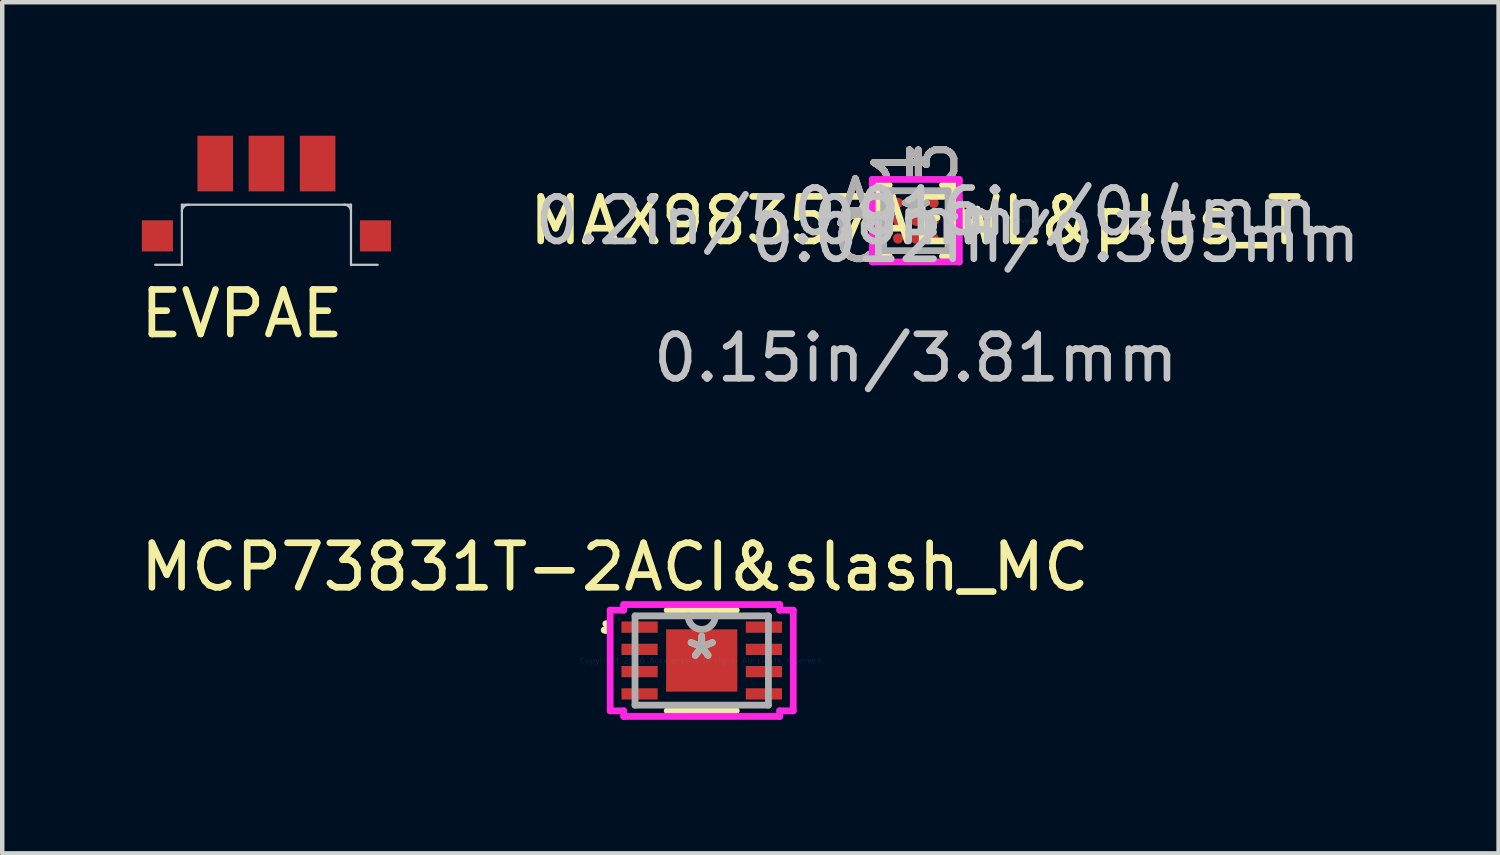
<source format=kicad_pcb>
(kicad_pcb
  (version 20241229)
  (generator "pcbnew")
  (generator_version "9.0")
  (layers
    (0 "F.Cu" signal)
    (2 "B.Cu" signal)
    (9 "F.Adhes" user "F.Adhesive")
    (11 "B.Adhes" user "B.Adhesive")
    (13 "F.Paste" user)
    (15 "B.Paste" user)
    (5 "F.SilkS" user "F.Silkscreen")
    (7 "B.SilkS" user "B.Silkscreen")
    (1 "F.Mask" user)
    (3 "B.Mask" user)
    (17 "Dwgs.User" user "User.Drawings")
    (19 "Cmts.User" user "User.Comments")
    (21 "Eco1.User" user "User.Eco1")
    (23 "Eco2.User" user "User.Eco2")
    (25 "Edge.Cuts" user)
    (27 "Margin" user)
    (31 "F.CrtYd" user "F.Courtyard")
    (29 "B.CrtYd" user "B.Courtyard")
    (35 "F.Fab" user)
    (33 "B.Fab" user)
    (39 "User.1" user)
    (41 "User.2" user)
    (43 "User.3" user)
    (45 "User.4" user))
  (footprint "MCP73831T-2ACI&slash_MC"
    (layer "F.Cu")
    (at 12.718 11.792)
    (property "Reference" "MCP73831T-2ACI&slash_MC" (at -1.95 -2.1 0) (layer "F.SilkS") (effects (font (size 1 1) (thickness 0.15))))
    (attr through_hole)
    (fp_line (start -0.775 1.13) (end 0.775 1.13) (stroke (width 0.152) (type solid)) (layer "F.SilkS"))
    (fp_line (start 0.775 -1.13) (end -0.775 -1.13) (stroke (width 0.152) (type solid)) (layer "F.SilkS"))
    (fp_arc (start -2.155 -0.8262) (mid -2.081171 -0.73114) (end -2.191546 -0.683136) (stroke (width 0.1524) (type solid)) (layer "F.SilkS"))
    (fp_line (start -2.057 -1.131) (end -1.753 -1.131) (stroke (width 0.152) (type solid)) (layer "F.CrtYd"))
    (fp_line (start -2.057 1.131) (end -2.057 -1.131) (stroke (width 0.152) (type solid)) (layer "F.CrtYd"))
    (fp_line (start -1.753 -1.257) (end 1.753 -1.257) (stroke (width 0.152) (type solid)) (layer "F.CrtYd"))
    (fp_line (start -1.753 -1.131) (end -1.753 -1.257) (stroke (width 0.152) (type solid)) (layer "F.CrtYd"))
    (fp_line (start -1.753 1.131) (end -2.057 1.131) (stroke (width 0.152) (type solid)) (layer "F.CrtYd"))
    (fp_line (start -1.753 1.257) (end -1.753 1.131) (stroke (width 0.152) (type solid)) (layer "F.CrtYd"))
    (fp_line (start 1.753 -1.257) (end 1.753 -1.131) (stroke (width 0.152) (type solid)) (layer "F.CrtYd"))
    (fp_line (start 1.753 -1.131) (end 2.057 -1.131) (stroke (width 0.152) (type solid)) (layer "F.CrtYd"))
    (fp_line (start 1.753 1.131) (end 1.753 1.257) (stroke (width 0.152) (type solid)) (layer "F.CrtYd"))
    (fp_line (start 1.753 1.257) (end -1.753 1.257) (stroke (width 0.152) (type solid)) (layer "F.CrtYd"))
    (fp_line (start 2.057 -1.131) (end 2.057 1.131) (stroke (width 0.152) (type solid)) (layer "F.CrtYd"))
    (fp_line (start 2.057 1.131) (end 1.753 1.131) (stroke (width 0.152) (type solid)) (layer "F.CrtYd"))
    (fp_line (start -1.499 -1.003) (end -1.499 1.003) (stroke (width 0.152) (type solid)) (layer "F.Fab"))
    (fp_line (start -1.499 1.003) (end 1.499 1.003) (stroke (width 0.152) (type solid)) (layer "F.Fab"))
    (fp_line (start 1.499 -1.003) (end -1.499 -1.003) (stroke (width 0.152) (type solid)) (layer "F.Fab"))
    (fp_line (start 1.499 1.003) (end 1.499 -1.003) (stroke (width 0.152) (type solid)) (layer "F.Fab"))
    (fp_arc (start 0.3048 -1.0033) (mid 0 -0.6985) (end -0.3048 -1.0033) (stroke (width 0.1524) (type solid)) (layer "F.Fab"))
    (fp_text user "*" (at 0 0 0) (layer "F.SilkS") (effects (font (size 1 1) (thickness 0.15))))
    (fp_text user "Copyright 2016 Accelerated Designs. All rights reserved." (at 0 0 0) (layer "Cmts.User") (effects (font (size 0.127 0.127) (thickness 0.002))))
    (fp_text user "*" (at 0 0 0) (layer "F.Fab") (effects (font (size 1 1) (thickness 0.15))))
    (pad "1" smd rect (at -1.397 -0.75) (size 0.813 0.254) (layers "F.Cu" "F.Mask" "F.Paste"))
    (pad "2" smd rect (at -1.397 -0.25) (size 0.813 0.254) (layers "F.Cu" "F.Mask" "F.Paste"))
    (pad "3" smd rect (at -1.397 0.25) (size 0.813 0.254) (layers "F.Cu" "F.Mask" "F.Paste"))
    (pad "4" smd rect (at -1.397 0.75) (size 0.813 0.254) (layers "F.Cu" "F.Mask" "F.Paste"))
    (pad "5" smd rect (at 1.397 0.75) (size 0.813 0.254) (layers "F.Cu" "F.Mask" "F.Paste"))
    (pad "6" smd rect (at 1.397 0.25) (size 0.813 0.254) (layers "F.Cu" "F.Mask" "F.Paste"))
    (pad "7" smd rect (at 1.397 -0.25) (size 0.813 0.254) (layers "F.Cu" "F.Mask" "F.Paste"))
    (pad "8" smd rect (at 1.397 -0.75) (size 0.813 0.254) (layers "F.Cu" "F.Mask" "F.Paste"))
    (pad "9" smd rect (at 0 0) (size 1.6 1.4) (layers "F.Cu" "F.Mask" "F.Paste")))
  (footprint "MAX98357AEWL&plus_T"
    (layer "F.Cu")
    (at 17.529 1.909)
    (property "Reference" "MAX98357AEWL&plus_T" (at 0 0 0) (layer "F.SilkS") (effects (font (size 1 1) (thickness 0.15))))
    (attr through_hole)
    (fp_line (start -0.851 -0.8) (end -0.851 0.8) (stroke (width 0.152) (type solid)) (layer "F.SilkS"))
    (fp_line (start -0.851 0.8) (end -0.599 0.8) (stroke (width 0.152) (type solid)) (layer "F.SilkS"))
    (fp_line (start -0.599 -0.8) (end -0.851 -0.8) (stroke (width 0.152) (type solid)) (layer "F.SilkS"))
    (fp_line (start 0.599 0.8) (end 0.851 0.8) (stroke (width 0.152) (type solid)) (layer "F.SilkS"))
    (fp_line (start 0.851 -0.8) (end 0.599 -0.8) (stroke (width 0.152) (type solid)) (layer "F.SilkS"))
    (fp_line (start 0.851 0.8) (end 0.851 -0.8) (stroke (width 0.152) (type solid)) (layer "F.SilkS"))
    (fp_line (start -0.978 -0.927) (end 0.978 -0.927) (stroke (width 0.152) (type solid)) (layer "F.CrtYd"))
    (fp_line (start -0.978 0.927) (end -0.978 -0.927) (stroke (width 0.152) (type solid)) (layer "F.CrtYd"))
    (fp_line (start 0.978 -0.927) (end 0.978 0.927) (stroke (width 0.152) (type solid)) (layer "F.CrtYd"))
    (fp_line (start 0.978 0.927) (end -0.978 0.927) (stroke (width 0.152) (type solid)) (layer "F.CrtYd"))
    (fp_line (start -0.724 -0.673) (end -0.724 0.673) (stroke (width 0.152) (type solid)) (layer "F.Fab"))
    (fp_line (start -0.724 0.673) (end 0.724 0.673) (stroke (width 0.152) (type solid)) (layer "F.Fab"))
    (fp_line (start -0.524 -0.673) (end -0.724 -0.473) (stroke (width 0.152) (type solid)) (layer "F.Fab"))
    (fp_line (start 0.724 -0.673) (end -0.724 -0.673) (stroke (width 0.152) (type solid)) (layer "F.Fab"))
    (fp_line (start 0.724 0.673) (end 0.724 -0.673) (stroke (width 0.152) (type solid)) (layer "F.Fab"))
    (fp_text user "1" (at -0.4 -1.308 90) (layer "F.SilkS") (effects (font (size 1 1) (thickness 0.15))))
    (fp_text user "C" (at -1.359 0.4 0) (layer "F.SilkS") (effects (font (size 1 1) (thickness 0.15))))
    (fp_text user "3" (at 0.4 -1.308 90) (layer "F.SilkS") (effects (font (size 1 1) (thickness 0.15))))
    (fp_text user "A" (at -1.359 -0.4 0) (layer "F.SilkS") (effects (font (size 1 1) (thickness 0.15))))
    (fp_text user "*" (at 0 0 0) (layer "F.SilkS") (effects (font (size 1 1) (thickness 0.15))))
    (fp_text user "3" (at 0.4 -1.308 90) (layer "B.SilkS") (effects (font (size 1 1) (thickness 0.15))))
    (fp_text user "1" (at -0.4 -1.308 90) (layer "B.SilkS") (effects (font (size 1 1) (thickness 0.15))))
    (fp_text user "A" (at -1.359 -0.4 0) (layer "B.SilkS") (effects (font (size 1 1) (thickness 0.15))))
    (fp_text user "C" (at -1.359 0.4 0) (layer "B.SilkS") (effects (font (size 1 1) (thickness 0.15))))
    (fp_text user "0.2in/5.08mm" (at -3.137 0 0) (layer "Dwgs.User") (effects (font (size 1 1) (thickness 0.15))))
    (fp_text user "0.15in/3.81mm" (at 0 3.086 0) (layer "Dwgs.User") (effects (font (size 1 1) (thickness 0.15))))
    (fp_text user "0.012in/0.305mm" (at 3.137 0.4 0) (layer "Dwgs.User") (effects (font (size 1 1) (thickness 0.15))))
    (fp_text user "0.016in/0.4mm" (at 3.137 -0.2 0) (layer "Dwgs.User") (effects (font (size 1 1) (thickness 0.15))))
    (fp_text user "Copyright 2016 Accelerated Designs. All rights reserved." (at 0 0 0) (layer "Cmts.User") (effects (font (size 0.127 0.127) (thickness 0.002))))
    (fp_text user "*" (at 0 0 0) (layer "F.Fab") (effects (font (size 1 1) (thickness 0.15))))
    (fp_text user "1" (at -0.4 -1.308 90) (layer "F.Fab") (effects (font (size 1 1) (thickness 0.15))))
    (fp_text user "3" (at 0.4 -1.308 90) (layer "F.Fab") (effects (font (size 1 1) (thickness 0.15))))
    (fp_text user "C" (at -1.359 0.4 0) (layer "F.Fab") (effects (font (size 1 1) (thickness 0.15))))
    (fp_text user "A" (at -1.359 -0.4 0) (layer "F.Fab") (effects (font (size 1 1) (thickness 0.15))))
    (pad "A1" smd circle (at -0.4 -0.4) (size 0.229 0.229) (layers "F.Cu" "F.Mask" "F.Paste"))
    (pad "A2" smd circle (at 0 -0.4) (size 0.229 0.229) (layers "F.Cu" "F.Mask" "F.Paste"))
    (pad "A3" smd circle (at 0.4 -0.4) (size 0.229 0.229) (layers "F.Cu" "F.Mask" "F.Paste"))
    (pad "B1" smd circle (at -0.4 0) (size 0.229 0.229) (layers "F.Cu" "F.Mask" "F.Paste"))
    (pad "B2" smd circle (at 0 0) (size 0.229 0.229) (layers "F.Cu" "F.Mask" "F.Paste"))
    (pad "B3" smd circle (at 0.4 0) (size 0.229 0.229) (layers "F.Cu" "F.Mask" "F.Paste"))
    (pad "C1" smd circle (at -0.4 0.4) (size 0.229 0.229) (layers "F.Cu" "F.Mask" "F.Paste"))
    (pad "C2" smd circle (at 0 0.4) (size 0.229 0.229) (layers "F.Cu" "F.Mask" "F.Paste"))
    (pad "C3" smd circle (at 0.4 0.4) (size 0.229 0.229) (layers "F.Cu" "F.Mask" "F.Paste")))
  (footprint "EVPAE"
    (layer "F.Cu")
    (at 2.937 1.55)
    (property "Reference" "EVPAE" (at -0.55 2.45 0) (layer "F.SilkS") (effects (font (size 1 1) (thickness 0.15))))
    (attr through_hole)
    (fp_line (start -2.5 1.35) (end -1.9 1.35) (stroke (width 0.05) (type solid)) (layer "Dwgs.User"))
    (fp_line (start -1.9 0) (end -1.9 1.35) (stroke (width 0.05) (type solid)) (layer "Dwgs.User"))
    (fp_line (start -1.9 0) (end 1.9 0) (stroke (width 0.05) (type solid)) (layer "Dwgs.User"))
    (fp_line (start 1.9 0) (end 1.9 1.35) (stroke (width 0.05) (type solid)) (layer "Dwgs.User"))
    (fp_line (start 1.9 1.35) (end 2.5 1.35) (stroke (width 0.05) (type solid)) (layer "Dwgs.User"))
    (fp_arc (start -1.9 0.15) (mid -1.856066 0.043934) (end -1.75 0) (stroke (width 0.05) (type solid)) (layer "Dwgs.User"))
    (fp_arc (start 1.75 0) (mid 1.856066 0.043934) (end 1.9 0.15) (stroke (width 0.05) (type solid)) (layer "Dwgs.User"))
    (pad "" smd rect (at -2.45 0.7) (size 0.7 0.7) (layers "F.Cu" "F.Mask" "F.Paste"))
    (pad "" smd rect (at 2.45 0.7) (size 0.7 0.7) (layers "F.Cu" "F.Mask" "F.Paste"))
    (pad "1" smd rect (at -1.15 -0.925) (size 0.8 1.25) (layers "F.Cu" "F.Mask" "F.Paste"))
    (pad "1" smd rect (at 1.15 -0.925) (size 0.8 1.25) (layers "F.Cu" "F.Mask" "F.Paste"))
    (pad "2" smd rect (at 0 -0.925) (size 0.8 1.25) (layers "F.Cu" "F.Mask" "F.Paste")))
  (gr_rect
    (start -3 -3)
    (end 30.624 16.125)
    (stroke (width 0.1) (type default))
    (fill no)
    (layer "Edge.Cuts")))
</source>
